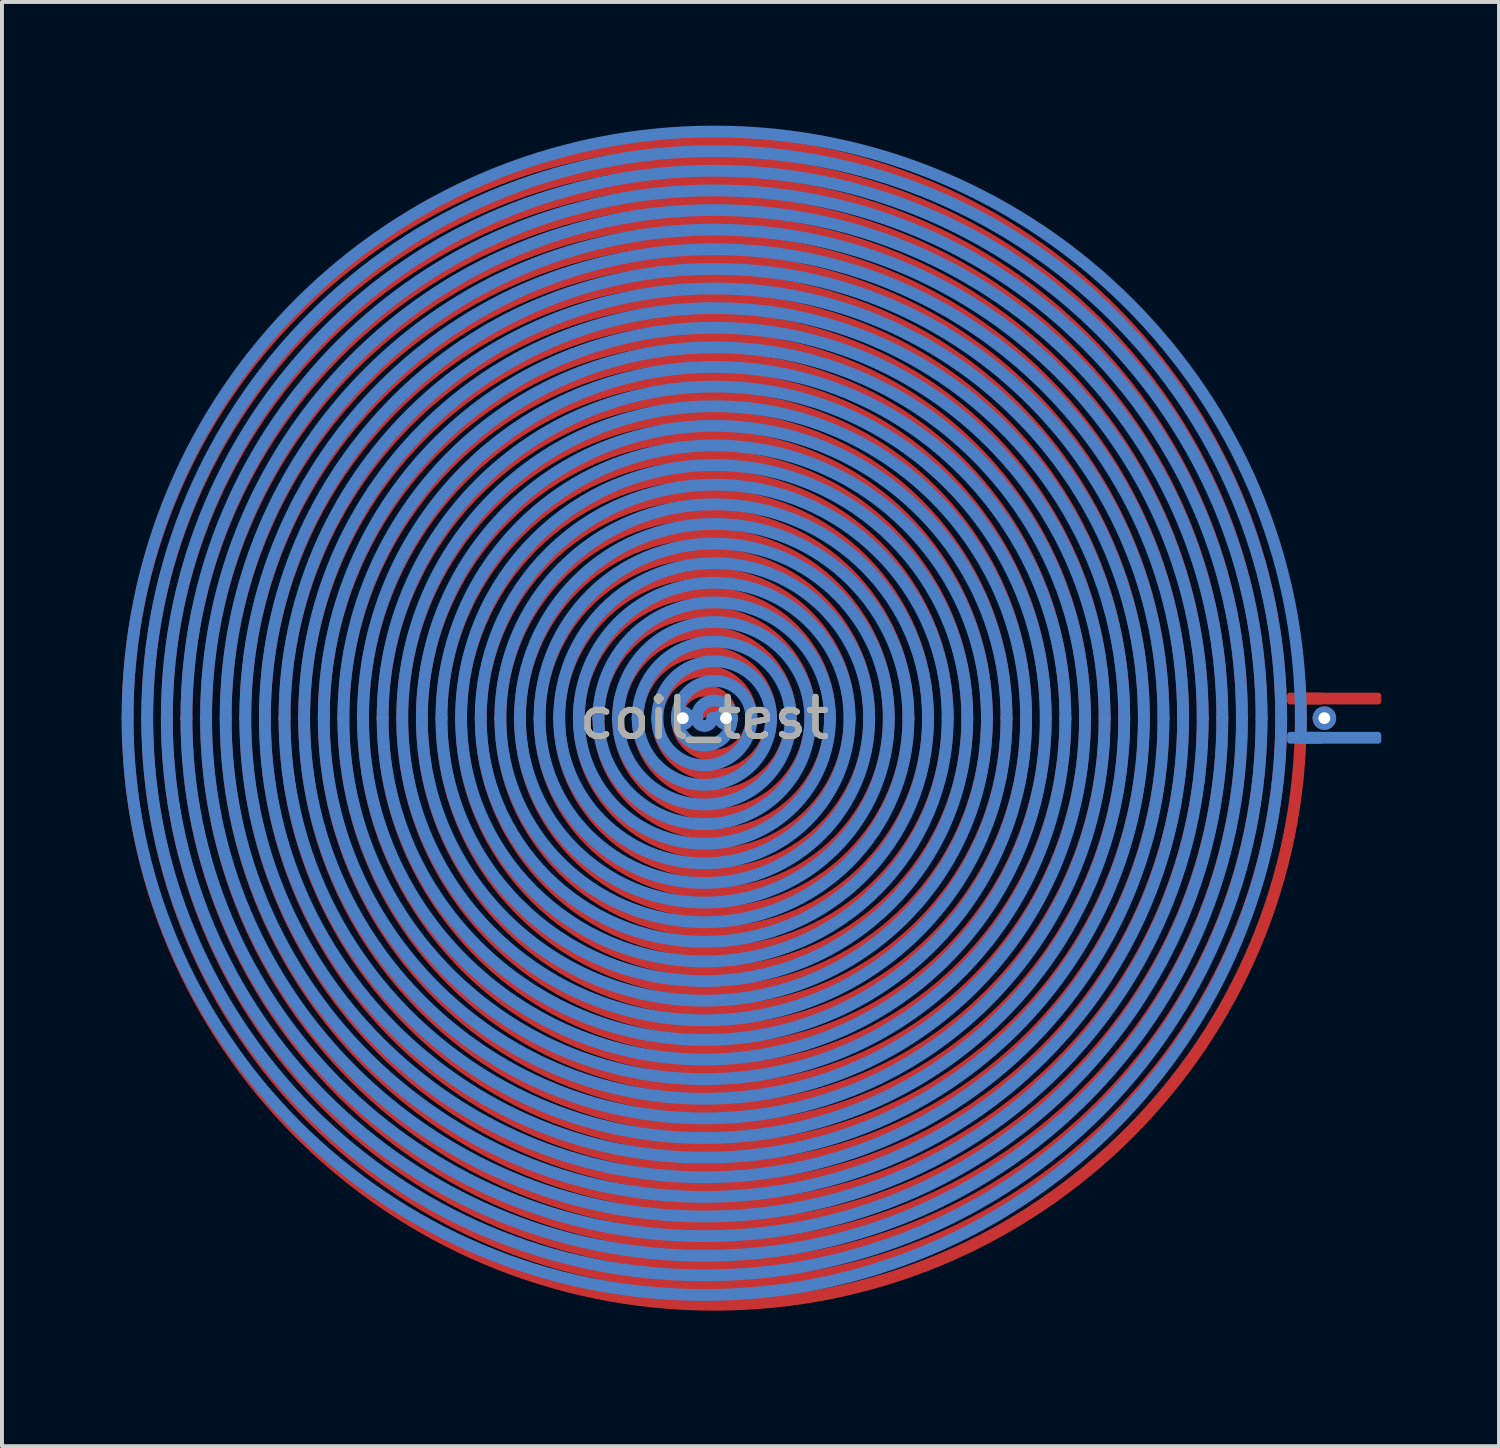
<source format=kicad_pcb>
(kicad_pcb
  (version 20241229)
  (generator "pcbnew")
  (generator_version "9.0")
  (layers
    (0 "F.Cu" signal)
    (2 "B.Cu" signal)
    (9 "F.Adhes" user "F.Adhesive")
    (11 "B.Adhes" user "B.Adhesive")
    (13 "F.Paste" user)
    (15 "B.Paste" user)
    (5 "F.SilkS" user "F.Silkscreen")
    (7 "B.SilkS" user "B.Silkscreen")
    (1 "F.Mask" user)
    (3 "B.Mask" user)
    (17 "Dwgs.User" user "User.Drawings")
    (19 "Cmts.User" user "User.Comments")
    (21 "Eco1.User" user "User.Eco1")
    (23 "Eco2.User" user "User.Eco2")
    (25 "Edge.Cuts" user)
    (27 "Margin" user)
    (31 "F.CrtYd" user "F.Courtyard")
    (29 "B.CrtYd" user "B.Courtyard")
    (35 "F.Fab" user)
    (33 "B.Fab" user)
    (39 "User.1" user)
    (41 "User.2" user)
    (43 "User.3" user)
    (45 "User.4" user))
  (footprint "coil_test"
    (layer "F.Cu")
    (at 14.901 15.252)
    (property "Reference" "coil_test" (at 0 0 0) (unlocked yes) (layer "F.SilkS") (effects (font (size 1 1) (thickness 0.15))))
    (attr smd)
    (fp_line (start 15.2 -0.5) (end 15.7 -0.5) (stroke (width 0.3) (type solid)) (layer "F.Cu"))
    (fp_line (start 15.2 0) (end 15.2 -0.5) (stroke (width 0.3) (type solid)) (layer "F.Cu"))
    (fp_arc (start -14.7 0) (mid 0 -14.7) (end 14.7 0) (stroke (width 0.3) (type solid)) (layer "F.Cu"))
    (fp_arc (start -14.2 0) (mid 0 -14.2) (end 14.2 0) (stroke (width 0.3) (type solid)) (layer "F.Cu"))
    (fp_arc (start -13.7 0) (mid 0 -13.7) (end 13.7 0) (stroke (width 0.3) (type solid)) (layer "F.Cu"))
    (fp_arc (start -13.2 0) (mid 0 -13.2) (end 13.2 0) (stroke (width 0.3) (type solid)) (layer "F.Cu"))
    (fp_arc (start -12.7 0) (mid 0 -12.7) (end 12.7 0) (stroke (width 0.3) (type solid)) (layer "F.Cu"))
    (fp_arc (start -12.2 0) (mid 0 -12.2) (end 12.2 0) (stroke (width 0.3) (type solid)) (layer "F.Cu"))
    (fp_arc (start -11.7 0) (mid 0 -11.7) (end 11.7 0) (stroke (width 0.3) (type solid)) (layer "F.Cu"))
    (fp_arc (start -11.2 0) (mid 0 -11.2) (end 11.2 0) (stroke (width 0.3) (type solid)) (layer "F.Cu"))
    (fp_arc (start -10.7 0) (mid 0 -10.7) (end 10.7 0) (stroke (width 0.3) (type solid)) (layer "F.Cu"))
    (fp_arc (start -10.2 0) (mid 0 -10.2) (end 10.2 0) (stroke (width 0.3) (type solid)) (layer "F.Cu"))
    (fp_arc (start -9.7 0) (mid 0 -9.7) (end 9.7 0) (stroke (width 0.3) (type solid)) (layer "F.Cu"))
    (fp_arc (start -9.2 0) (mid 0 -9.2) (end 9.2 0) (stroke (width 0.3) (type solid)) (layer "F.Cu"))
    (fp_arc (start -8.7 0) (mid 0 -8.7) (end 8.7 0) (stroke (width 0.3) (type solid)) (layer "F.Cu"))
    (fp_arc (start -8.2 0) (mid 0 -8.2) (end 8.2 0) (stroke (width 0.3) (type solid)) (layer "F.Cu"))
    (fp_arc (start -7.7 0) (mid 0 -7.7) (end 7.7 0) (stroke (width 0.3) (type solid)) (layer "F.Cu"))
    (fp_arc (start -7.2 0) (mid 0 -7.2) (end 7.2 0) (stroke (width 0.3) (type solid)) (layer "F.Cu"))
    (fp_arc (start -6.7 0) (mid 0 -6.7) (end 6.7 0) (stroke (width 0.3) (type solid)) (layer "F.Cu"))
    (fp_arc (start -6.2 0) (mid 0 -6.2) (end 6.2 0) (stroke (width 0.3) (type solid)) (layer "F.Cu"))
    (fp_arc (start -5.7 0) (mid 0 -5.7) (end 5.7 0) (stroke (width 0.3) (type solid)) (layer "F.Cu"))
    (fp_arc (start -5.2 0) (mid 0 -5.2) (end 5.2 0) (stroke (width 0.3) (type solid)) (layer "F.Cu"))
    (fp_arc (start -4.7 0) (mid 0 -4.7) (end 4.7 0) (stroke (width 0.3) (type solid)) (layer "F.Cu"))
    (fp_arc (start -4.2 0) (mid 0 -4.2) (end 4.2 0) (stroke (width 0.3) (type solid)) (layer "F.Cu"))
    (fp_arc (start -3.7 0) (mid 0 -3.7) (end 3.7 0) (stroke (width 0.3) (type solid)) (layer "F.Cu"))
    (fp_arc (start -3.2 0) (mid 0 -3.2) (end 3.2 0) (stroke (width 0.3) (type solid)) (layer "F.Cu"))
    (fp_arc (start -2.7 0) (mid 0 -2.7) (end 2.7 0) (stroke (width 0.3) (type solid)) (layer "F.Cu"))
    (fp_arc (start -2.2 0) (mid 0 -2.2) (end 2.2 0) (stroke (width 0.3) (type solid)) (layer "F.Cu"))
    (fp_arc (start -1.7 0) (mid 0 -1.7) (end 1.7 0) (stroke (width 0.3) (type solid)) (layer "F.Cu"))
    (fp_arc (start -1.2 0) (mid 0 -1.2) (end 1.2 0) (stroke (width 0.3) (type solid)) (layer "F.Cu"))
    (fp_arc (start -0.7 0) (mid 0 -0.7) (end 0.7 0) (stroke (width 0.3) (type solid)) (layer "F.Cu"))
    (fp_arc (start -0.4 0) (mid -0.3 -0.010977) (end -0.2 0) (stroke (width 0.3) (type solid)) (layer "F.Cu"))
    (fp_arc (start -0.2 0) (mid 0.25 -0.251051) (end 0.7 0) (stroke (width 0.3) (type solid)) (layer "F.Cu"))
    (fp_arc (start 1.2 0) (mid 0.25 0.95) (end -0.7 0) (stroke (width 0.3) (type solid)) (layer "F.Cu"))
    (fp_arc (start 1.7 0) (mid 0.25 1.45) (end -1.2 0) (stroke (width 0.3) (type solid)) (layer "F.Cu"))
    (fp_arc (start 2.2 0) (mid 0.25 1.95) (end -1.7 0) (stroke (width 0.3) (type solid)) (layer "F.Cu"))
    (fp_arc (start 2.7 0) (mid 0.25 2.45) (end -2.2 0) (stroke (width 0.3) (type solid)) (layer "F.Cu"))
    (fp_arc (start 3.2 0) (mid 0.25 2.95) (end -2.7 0) (stroke (width 0.3) (type solid)) (layer "F.Cu"))
    (fp_arc (start 3.7 0) (mid 0.25 3.45) (end -3.2 0) (stroke (width 0.3) (type solid)) (layer "F.Cu"))
    (fp_arc (start 4.2 0) (mid 0.25 3.95) (end -3.7 0) (stroke (width 0.3) (type solid)) (layer "F.Cu"))
    (fp_arc (start 4.7 0) (mid 0.25 4.45) (end -4.2 0) (stroke (width 0.3) (type solid)) (layer "F.Cu"))
    (fp_arc (start 5.2 0) (mid 0.25 4.95) (end -4.7 0) (stroke (width 0.3) (type solid)) (layer "F.Cu"))
    (fp_arc (start 5.7 0) (mid 0.25 5.45) (end -5.2 0) (stroke (width 0.3) (type solid)) (layer "F.Cu"))
    (fp_arc (start 6.2 0) (mid 0.25 5.95) (end -5.7 0) (stroke (width 0.3) (type solid)) (layer "F.Cu"))
    (fp_arc (start 6.7 0) (mid 0.25 6.45) (end -6.2 0) (stroke (width 0.3) (type solid)) (layer "F.Cu"))
    (fp_arc (start 7.2 0) (mid 0.25 6.95) (end -6.7 0) (stroke (width 0.3) (type solid)) (layer "F.Cu"))
    (fp_arc (start 7.7 0) (mid 0.25 7.45) (end -7.2 0) (stroke (width 0.3) (type solid)) (layer "F.Cu"))
    (fp_arc (start 8.2 0) (mid 0.25 7.95) (end -7.7 0) (stroke (width 0.3) (type solid)) (layer "F.Cu"))
    (fp_arc (start 8.7 0) (mid 0.25 8.45) (end -8.2 0) (stroke (width 0.3) (type solid)) (layer "F.Cu"))
    (fp_arc (start 9.2 0) (mid 0.25 8.95) (end -8.7 0) (stroke (width 0.3) (type solid)) (layer "F.Cu"))
    (fp_arc (start 9.7 0) (mid 0.25 9.45) (end -9.2 0) (stroke (width 0.3) (type solid)) (layer "F.Cu"))
    (fp_arc (start 10.2 0) (mid 0.25 9.95) (end -9.7 0) (stroke (width 0.3) (type solid)) (layer "F.Cu"))
    (fp_arc (start 10.7 0) (mid 0.25 10.45) (end -10.2 0) (stroke (width 0.3) (type solid)) (layer "F.Cu"))
    (fp_arc (start 11.2 0) (mid 0.25 10.95) (end -10.7 0) (stroke (width 0.3) (type solid)) (layer "F.Cu"))
    (fp_arc (start 11.7 0) (mid 0.25 11.45) (end -11.2 0) (stroke (width 0.3) (type solid)) (layer "F.Cu"))
    (fp_arc (start 12.2 0) (mid 0.25 11.95) (end -11.7 0) (stroke (width 0.3) (type solid)) (layer "F.Cu"))
    (fp_arc (start 12.7 0) (mid 0.25 12.45) (end -12.2 0) (stroke (width 0.3) (type solid)) (layer "F.Cu"))
    (fp_arc (start 13.2 0) (mid 0.25 12.95) (end -12.7 0) (stroke (width 0.3) (type solid)) (layer "F.Cu"))
    (fp_arc (start 13.7 0) (mid 0.25 13.45) (end -13.2 0) (stroke (width 0.3) (type solid)) (layer "F.Cu"))
    (fp_arc (start 14.2 0) (mid 0.25 13.95) (end -13.7 0) (stroke (width 0.3) (type solid)) (layer "F.Cu"))
    (fp_arc (start 14.7 0) (mid 0.25 14.45) (end -14.2 0) (stroke (width 0.3) (type solid)) (layer "F.Cu"))
    (fp_arc (start 15.2 0) (mid 0.25 14.95) (end -14.7 0) (stroke (width 0.3) (type solid)) (layer "F.Cu"))
    (fp_line (start 15.2 0) (end 15.2 0.5) (stroke (width 0.3) (type solid)) (layer "B.Cu"))
    (fp_line (start 15.2 0.5) (end 15.7 0.5) (stroke (width 0.3) (type solid)) (layer "B.Cu"))
    (fp_arc (start -14.7 0) (mid 0.25 -14.95) (end 15.2 0) (stroke (width 0.3) (type solid)) (layer "B.Cu"))
    (fp_arc (start -14.2 0) (mid 0.25 -14.45) (end 14.7 0) (stroke (width 0.3) (type solid)) (layer "B.Cu"))
    (fp_arc (start -13.7 0) (mid 0.25 -13.95) (end 14.2 0) (stroke (width 0.3) (type solid)) (layer "B.Cu"))
    (fp_arc (start -13.2 0) (mid 0.25 -13.45) (end 13.7 0) (stroke (width 0.3) (type solid)) (layer "B.Cu"))
    (fp_arc (start -12.7 0) (mid 0.25 -12.95) (end 13.2 0) (stroke (width 0.3) (type solid)) (layer "B.Cu"))
    (fp_arc (start -12.2 0) (mid 0.25 -12.45) (end 12.7 0) (stroke (width 0.3) (type solid)) (layer "B.Cu"))
    (fp_arc (start -11.7 0) (mid 0.25 -11.95) (end 12.2 0) (stroke (width 0.3) (type solid)) (layer "B.Cu"))
    (fp_arc (start -11.2 0) (mid 0.25 -11.45) (end 11.7 0) (stroke (width 0.3) (type solid)) (layer "B.Cu"))
    (fp_arc (start -10.7 0) (mid 0.25 -10.95) (end 11.2 0) (stroke (width 0.3) (type solid)) (layer "B.Cu"))
    (fp_arc (start -10.2 0) (mid 0.25 -10.45) (end 10.7 0) (stroke (width 0.3) (type solid)) (layer "B.Cu"))
    (fp_arc (start -9.7 0) (mid 0.25 -9.95) (end 10.2 0) (stroke (width 0.3) (type solid)) (layer "B.Cu"))
    (fp_arc (start -9.2 0) (mid 0.25 -9.45) (end 9.7 0) (stroke (width 0.3) (type solid)) (layer "B.Cu"))
    (fp_arc (start -8.7 0) (mid 0.25 -8.95) (end 9.2 0) (stroke (width 0.3) (type solid)) (layer "B.Cu"))
    (fp_arc (start -8.2 0) (mid 0.25 -8.45) (end 8.7 0) (stroke (width 0.3) (type solid)) (layer "B.Cu"))
    (fp_arc (start -7.7 0) (mid 0.25 -7.95) (end 8.2 0) (stroke (width 0.3) (type solid)) (layer "B.Cu"))
    (fp_arc (start -7.2 0) (mid 0.25 -7.45) (end 7.7 0) (stroke (width 0.3) (type solid)) (layer "B.Cu"))
    (fp_arc (start -6.7 0) (mid 0.25 -6.95) (end 7.2 0) (stroke (width 0.3) (type solid)) (layer "B.Cu"))
    (fp_arc (start -6.2 0) (mid 0.25 -6.45) (end 6.7 0) (stroke (width 0.3) (type solid)) (layer "B.Cu"))
    (fp_arc (start -5.7 0) (mid 0.25 -5.95) (end 6.2 0) (stroke (width 0.3) (type solid)) (layer "B.Cu"))
    (fp_arc (start -5.2 0) (mid 0.25 -5.45) (end 5.7 0) (stroke (width 0.3) (type solid)) (layer "B.Cu"))
    (fp_arc (start -4.7 0) (mid 0.25 -4.95) (end 5.2 0) (stroke (width 0.3) (type solid)) (layer "B.Cu"))
    (fp_arc (start -4.2 0) (mid 0.25 -4.45) (end 4.7 0) (stroke (width 0.3) (type solid)) (layer "B.Cu"))
    (fp_arc (start -3.7 0) (mid 0.25 -3.95) (end 4.2 0) (stroke (width 0.3) (type solid)) (layer "B.Cu"))
    (fp_arc (start -3.2 0) (mid 0.25 -3.45) (end 3.7 0) (stroke (width 0.3) (type solid)) (layer "B.Cu"))
    (fp_arc (start -2.7 0) (mid 0.25 -2.95) (end 3.2 0) (stroke (width 0.3) (type solid)) (layer "B.Cu"))
    (fp_arc (start -2.2 0) (mid 0.25 -2.45) (end 2.7 0) (stroke (width 0.3) (type solid)) (layer "B.Cu"))
    (fp_arc (start -1.7 0) (mid 0.25 -1.95) (end 2.2 0) (stroke (width 0.3) (type solid)) (layer "B.Cu"))
    (fp_arc (start -1.2 0) (mid 0.25 -1.45) (end 1.7 0) (stroke (width 0.3) (type solid)) (layer "B.Cu"))
    (fp_arc (start -0.7 0) (mid 0.25 -0.95) (end 1.2 0) (stroke (width 0.3) (type solid)) (layer "B.Cu"))
    (fp_arc (start -0.2 0) (mid 0.25 -0.45) (end 0.7 0) (stroke (width 0.3) (type solid)) (layer "B.Cu"))
    (fp_arc (start 0.2 0) (mid 0 0.2) (end -0.2 0) (stroke (width 0.3) (type solid)) (layer "B.Cu"))
    (fp_arc (start 0.2 0) (mid 0.3 -0.010977) (end 0.4 0) (stroke (width 0.3) (type solid)) (layer "B.Cu"))
    (fp_arc (start 0.7 0) (mid 0 0.7) (end -0.7 0) (stroke (width 0.3) (type solid)) (layer "B.Cu"))
    (fp_arc (start 1.2 0) (mid 0 1.2) (end -1.2 0) (stroke (width 0.3) (type solid)) (layer "B.Cu"))
    (fp_arc (start 1.7 0) (mid 0 1.7) (end -1.7 0) (stroke (width 0.3) (type solid)) (layer "B.Cu"))
    (fp_arc (start 2.2 0) (mid 0 2.2) (end -2.2 0) (stroke (width 0.3) (type solid)) (layer "B.Cu"))
    (fp_arc (start 2.7 0) (mid 0 2.7) (end -2.7 0) (stroke (width 0.3) (type solid)) (layer "B.Cu"))
    (fp_arc (start 3.2 0) (mid 0 3.2) (end -3.2 0) (stroke (width 0.3) (type solid)) (layer "B.Cu"))
    (fp_arc (start 3.7 0) (mid 0 3.7) (end -3.7 0) (stroke (width 0.3) (type solid)) (layer "B.Cu"))
    (fp_arc (start 4.2 0) (mid 0 4.2) (end -4.2 0) (stroke (width 0.3) (type solid)) (layer "B.Cu"))
    (fp_arc (start 4.7 0) (mid 0 4.7) (end -4.7 0) (stroke (width 0.3) (type solid)) (layer "B.Cu"))
    (fp_arc (start 5.2 0) (mid 0 5.2) (end -5.2 0) (stroke (width 0.3) (type solid)) (layer "B.Cu"))
    (fp_arc (start 5.7 0) (mid 0 5.7) (end -5.7 0) (stroke (width 0.3) (type solid)) (layer "B.Cu"))
    (fp_arc (start 6.2 0) (mid 0 6.2) (end -6.2 0) (stroke (width 0.3) (type solid)) (layer "B.Cu"))
    (fp_arc (start 6.7 0) (mid 0 6.7) (end -6.7 0) (stroke (width 0.3) (type solid)) (layer "B.Cu"))
    (fp_arc (start 7.2 0) (mid 0 7.2) (end -7.2 0) (stroke (width 0.3) (type solid)) (layer "B.Cu"))
    (fp_arc (start 7.7 0) (mid 0 7.7) (end -7.7 0) (stroke (width 0.3) (type solid)) (layer "B.Cu"))
    (fp_arc (start 8.2 0) (mid 0 8.2) (end -8.2 0) (stroke (width 0.3) (type solid)) (layer "B.Cu"))
    (fp_arc (start 8.7 0) (mid 0 8.7) (end -8.7 0) (stroke (width 0.3) (type solid)) (layer "B.Cu"))
    (fp_arc (start 9.2 0) (mid 0 9.2) (end -9.2 0) (stroke (width 0.3) (type solid)) (layer "B.Cu"))
    (fp_arc (start 9.7 0) (mid 0 9.7) (end -9.7 0) (stroke (width 0.3) (type solid)) (layer "B.Cu"))
    (fp_arc (start 10.2 0) (mid 0 10.2) (end -10.2 0) (stroke (width 0.3) (type solid)) (layer "B.Cu"))
    (fp_arc (start 10.7 0) (mid 0 10.7) (end -10.7 0) (stroke (width 0.3) (type solid)) (layer "B.Cu"))
    (fp_arc (start 11.2 0) (mid 0 11.2) (end -11.2 0) (stroke (width 0.3) (type solid)) (layer "B.Cu"))
    (fp_arc (start 11.7 0) (mid 0 11.7) (end -11.7 0) (stroke (width 0.3) (type solid)) (layer "B.Cu"))
    (fp_arc (start 12.2 0) (mid 0 12.2) (end -12.2 0) (stroke (width 0.3) (type solid)) (layer "B.Cu"))
    (fp_arc (start 12.7 0) (mid 0 12.7) (end -12.7 0) (stroke (width 0.3) (type solid)) (layer "B.Cu"))
    (fp_arc (start 13.2 0) (mid 0 13.2) (end -13.2 0) (stroke (width 0.3) (type solid)) (layer "B.Cu"))
    (fp_arc (start 13.7 0) (mid 0 13.7) (end -13.7 0) (stroke (width 0.3) (type solid)) (layer "B.Cu"))
    (fp_arc (start 14.2 0) (mid 0 14.2) (end -14.2 0) (stroke (width 0.3) (type solid)) (layer "B.Cu"))
    (fp_arc (start 14.7 0) (mid 0 14.7) (end -14.7 0) (stroke (width 0.3) (type solid)) (layer "B.Cu"))
    (fp_arc (start -14.75 0) (mid 0.8 -15.1) (end 15.8 0) (stroke (width 0.3) (type solid)) (layer "In1.Cu"))
    (fp_arc (start -14.2 0) (mid 0.25 -14.45) (end 14.7 0) (stroke (width 0.3) (type solid)) (layer "In1.Cu"))
    (fp_arc (start -13.7 0) (mid 0.25 -13.95) (end 14.2 0) (stroke (width 0.3) (type solid)) (layer "In1.Cu"))
    (fp_arc (start -13.2 0) (mid 0.25 -13.45) (end 13.7 0) (stroke (width 0.3) (type solid)) (layer "In1.Cu"))
    (fp_arc (start -12.7 0) (mid 0.25 -12.95) (end 13.2 0) (stroke (width 0.3) (type solid)) (layer "In1.Cu"))
    (fp_arc (start -12.2 0) (mid 0.25 -12.45) (end 12.7 0) (stroke (width 0.3) (type solid)) (layer "In1.Cu"))
    (fp_arc (start -11.7 0) (mid 0.25 -11.95) (end 12.2 0) (stroke (width 0.3) (type solid)) (layer "In1.Cu"))
    (fp_arc (start -11.2 0) (mid 0.25 -11.45) (end 11.7 0) (stroke (width 0.3) (type solid)) (layer "In1.Cu"))
    (fp_arc (start -10.7 0) (mid 0.25 -10.95) (end 11.2 0) (stroke (width 0.3) (type solid)) (layer "In1.Cu"))
    (fp_arc (start -10.2 0) (mid 0.25 -10.45) (end 10.7 0) (stroke (width 0.3) (type solid)) (layer "In1.Cu"))
    (fp_arc (start -9.7 0) (mid 0.25 -9.95) (end 10.2 0) (stroke (width 0.3) (type solid)) (layer "In1.Cu"))
    (fp_arc (start -9.2 0) (mid 0.25 -9.45) (end 9.7 0) (stroke (width 0.3) (type solid)) (layer "In1.Cu"))
    (fp_arc (start -8.7 0) (mid 0.25 -8.95) (end 9.2 0) (stroke (width 0.3) (type solid)) (layer "In1.Cu"))
    (fp_arc (start -8.2 0) (mid 0.25 -8.45) (end 8.7 0) (stroke (width 0.3) (type solid)) (layer "In1.Cu"))
    (fp_arc (start -7.7 0) (mid 0.25 -7.95) (end 8.2 0) (stroke (width 0.3) (type solid)) (layer "In1.Cu"))
    (fp_arc (start -7.2 0) (mid 0.25 -7.45) (end 7.7 0) (stroke (width 0.3) (type solid)) (layer "In1.Cu"))
    (fp_arc (start -6.7 0) (mid 0.25 -6.95) (end 7.2 0) (stroke (width 0.3) (type solid)) (layer "In1.Cu"))
    (fp_arc (start -6.2 0) (mid 0.25 -6.45) (end 6.7 0) (stroke (width 0.3) (type solid)) (layer "In1.Cu"))
    (fp_arc (start -5.7 0) (mid 0.25 -5.95) (end 6.2 0) (stroke (width 0.3) (type solid)) (layer "In1.Cu"))
    (fp_arc (start -5.2 0) (mid 0.25 -5.45) (end 5.7 0) (stroke (width 0.3) (type solid)) (layer "In1.Cu"))
    (fp_arc (start -4.7 0) (mid 0.25 -4.95) (end 5.2 0) (stroke (width 0.3) (type solid)) (layer "In1.Cu"))
    (fp_arc (start -4.2 0) (mid 0.25 -4.45) (end 4.7 0) (stroke (width 0.3) (type solid)) (layer "In1.Cu"))
    (fp_arc (start -3.7 0) (mid 0.25 -3.95) (end 4.2 0) (stroke (width 0.3) (type solid)) (layer "In1.Cu"))
    (fp_arc (start -3.2 0) (mid 0.25 -3.45) (end 3.7 0) (stroke (width 0.3) (type solid)) (layer "In1.Cu"))
    (fp_arc (start -2.7 0) (mid 0.25 -2.95) (end 3.2 0) (stroke (width 0.3) (type solid)) (layer "In1.Cu"))
    (fp_arc (start -2.2 0) (mid 0.25 -2.45) (end 2.7 0) (stroke (width 0.3) (type solid)) (layer "In1.Cu"))
    (fp_arc (start -1.7 0) (mid 0.25 -1.95) (end 2.2 0) (stroke (width 0.3) (type solid)) (layer "In1.Cu"))
    (fp_arc (start -1.2 0) (mid 0.25 -1.45) (end 1.7 0) (stroke (width 0.3) (type solid)) (layer "In1.Cu"))
    (fp_arc (start -0.7 0) (mid 0.25 -0.95) (end 1.2 0) (stroke (width 0.3) (type solid)) (layer "In1.Cu"))
    (fp_arc (start -0.2 0) (mid -0.3 0.010977) (end -0.4 0) (stroke (width 0.3) (type solid)) (layer "In1.Cu"))
    (fp_arc (start 0.7 0) (mid 0 0.7) (end -0.7 0) (stroke (width 0.3) (type solid)) (layer "In1.Cu"))
    (fp_arc (start 0.7 0) (mid 0.25 0.251051) (end -0.2 0) (stroke (width 0.3) (type solid)) (layer "In1.Cu"))
    (fp_arc (start 1.2 0) (mid 0 1.2) (end -1.2 0) (stroke (width 0.3) (type solid)) (layer "In1.Cu"))
    (fp_arc (start 1.7 0) (mid 0 1.7) (end -1.7 0) (stroke (width 0.3) (type solid)) (layer "In1.Cu"))
    (fp_arc (start 2.2 0) (mid 0 2.2) (end -2.2 0) (stroke (width 0.3) (type solid)) (layer "In1.Cu"))
    (fp_arc (start 2.7 0) (mid 0 2.7) (end -2.7 0) (stroke (width 0.3) (type solid)) (layer "In1.Cu"))
    (fp_arc (start 3.2 0) (mid 0 3.2) (end -3.2 0) (stroke (width 0.3) (type solid)) (layer "In1.Cu"))
    (fp_arc (start 3.7 0) (mid 0 3.7) (end -3.7 0) (stroke (width 0.3) (type solid)) (layer "In1.Cu"))
    (fp_arc (start 4.2 0) (mid 0 4.2) (end -4.2 0) (stroke (width 0.3) (type solid)) (layer "In1.Cu"))
    (fp_arc (start 4.7 0) (mid 0 4.7) (end -4.7 0) (stroke (width 0.3) (type solid)) (layer "In1.Cu"))
    (fp_arc (start 5.2 0) (mid 0 5.2) (end -5.2 0) (stroke (width 0.3) (type solid)) (layer "In1.Cu"))
    (fp_arc (start 5.7 0) (mid 0 5.7) (end -5.7 0) (stroke (width 0.3) (type solid)) (layer "In1.Cu"))
    (fp_arc (start 6.2 0) (mid 0 6.2) (end -6.2 0) (stroke (width 0.3) (type solid)) (layer "In1.Cu"))
    (fp_arc (start 6.7 0) (mid 0 6.7) (end -6.7 0) (stroke (width 0.3) (type solid)) (layer "In1.Cu"))
    (fp_arc (start 7.2 0) (mid 0 7.2) (end -7.2 0) (stroke (width 0.3) (type solid)) (layer "In1.Cu"))
    (fp_arc (start 7.7 0) (mid 0 7.7) (end -7.7 0) (stroke (width 0.3) (type solid)) (layer "In1.Cu"))
    (fp_arc (start 8.2 0) (mid 0 8.2) (end -8.2 0) (stroke (width 0.3) (type solid)) (layer "In1.Cu"))
    (fp_arc (start 8.7 0) (mid 0 8.7) (end -8.7 0) (stroke (width 0.3) (type solid)) (layer "In1.Cu"))
    (fp_arc (start 9.2 0) (mid 0 9.2) (end -9.2 0) (stroke (width 0.3) (type solid)) (layer "In1.Cu"))
    (fp_arc (start 9.7 0) (mid 0 9.7) (end -9.7 0) (stroke (width 0.3) (type solid)) (layer "In1.Cu"))
    (fp_arc (start 10.2 0) (mid 0 10.2) (end -10.2 0) (stroke (width 0.3) (type solid)) (layer "In1.Cu"))
    (fp_arc (start 10.7 0) (mid 0 10.7) (end -10.7 0) (stroke (width 0.3) (type solid)) (layer "In1.Cu"))
    (fp_arc (start 11.2 0) (mid 0 11.2) (end -11.2 0) (stroke (width 0.3) (type solid)) (layer "In1.Cu"))
    (fp_arc (start 11.7 0) (mid 0 11.7) (end -11.7 0) (stroke (width 0.3) (type solid)) (layer "In1.Cu"))
    (fp_arc (start 12.2 0) (mid 0 12.2) (end -12.2 0) (stroke (width 0.3) (type solid)) (layer "In1.Cu"))
    (fp_arc (start 12.7 0) (mid 0 12.7) (end -12.7 0) (stroke (width 0.3) (type solid)) (layer "In1.Cu"))
    (fp_arc (start 13.2 0) (mid 0 13.2) (end -13.2 0) (stroke (width 0.3) (type solid)) (layer "In1.Cu"))
    (fp_arc (start 13.7 0) (mid 0 13.7) (end -13.7 0) (stroke (width 0.3) (type solid)) (layer "In1.Cu"))
    (fp_arc (start 14.2 0) (mid 0 14.2) (end -14.2 0) (stroke (width 0.3) (type solid)) (layer "In1.Cu"))
    (fp_arc (start 14.75 0) (mid 0.8 14.75) (end -14.75 0) (stroke (width 0.3) (type solid)) (layer "In1.Cu"))
    (fp_arc (start -14.75 0) (mid 0.8 -14.75) (end 14.75 0) (stroke (width 0.3) (type solid)) (layer "In2.Cu"))
    (fp_arc (start -14.2 0) (mid 0 -14.2) (end 14.2 0) (stroke (width 0.3) (type solid)) (layer "In2.Cu"))
    (fp_arc (start -13.7 0) (mid 0 -13.7) (end 13.7 0) (stroke (width 0.3) (type solid)) (layer "In2.Cu"))
    (fp_arc (start -13.2 0) (mid 0 -13.2) (end 13.2 0) (stroke (width 0.3) (type solid)) (layer "In2.Cu"))
    (fp_arc (start -12.7 0) (mid 0 -12.7) (end 12.7 0) (stroke (width 0.3) (type solid)) (layer "In2.Cu"))
    (fp_arc (start -12.2 0) (mid 0 -12.2) (end 12.2 0) (stroke (width 0.3) (type solid)) (layer "In2.Cu"))
    (fp_arc (start -11.7 0) (mid 0 -11.7) (end 11.7 0) (stroke (width 0.3) (type solid)) (layer "In2.Cu"))
    (fp_arc (start -11.2 0) (mid 0 -11.2) (end 11.2 0) (stroke (width 0.3) (type solid)) (layer "In2.Cu"))
    (fp_arc (start -10.7 0) (mid 0 -10.7) (end 10.7 0) (stroke (width 0.3) (type solid)) (layer "In2.Cu"))
    (fp_arc (start -10.2 0) (mid 0 -10.2) (end 10.2 0) (stroke (width 0.3) (type solid)) (layer "In2.Cu"))
    (fp_arc (start -9.7 0) (mid 0 -9.7) (end 9.7 0) (stroke (width 0.3) (type solid)) (layer "In2.Cu"))
    (fp_arc (start -9.2 0) (mid 0 -9.2) (end 9.2 0) (stroke (width 0.3) (type solid)) (layer "In2.Cu"))
    (fp_arc (start -8.7 0) (mid 0 -8.7) (end 8.7 0) (stroke (width 0.3) (type solid)) (layer "In2.Cu"))
    (fp_arc (start -8.2 0) (mid 0 -8.2) (end 8.2 0) (stroke (width 0.3) (type solid)) (layer "In2.Cu"))
    (fp_arc (start -7.7 0) (mid 0 -7.7) (end 7.7 0) (stroke (width 0.3) (type solid)) (layer "In2.Cu"))
    (fp_arc (start -7.2 0) (mid 0 -7.2) (end 7.2 0) (stroke (width 0.3) (type solid)) (layer "In2.Cu"))
    (fp_arc (start -6.7 0) (mid 0 -6.7) (end 6.7 0) (stroke (width 0.3) (type solid)) (layer "In2.Cu"))
    (fp_arc (start -6.2 0) (mid 0 -6.2) (end 6.2 0) (stroke (width 0.3) (type solid)) (layer "In2.Cu"))
    (fp_arc (start -5.7 0) (mid 0 -5.7) (end 5.7 0) (stroke (width 0.3) (type solid)) (layer "In2.Cu"))
    (fp_arc (start -5.2 0) (mid 0 -5.2) (end 5.2 0) (stroke (width 0.3) (type solid)) (layer "In2.Cu"))
    (fp_arc (start -4.7 0) (mid 0 -4.7) (end 4.7 0) (stroke (width 0.3) (type solid)) (layer "In2.Cu"))
    (fp_arc (start -4.2 0) (mid 0 -4.2) (end 4.2 0) (stroke (width 0.3) (type solid)) (layer "In2.Cu"))
    (fp_arc (start -3.7 0) (mid 0 -3.7) (end 3.7 0) (stroke (width 0.3) (type solid)) (layer "In2.Cu"))
    (fp_arc (start -3.2 0) (mid 0 -3.2) (end 3.2 0) (stroke (width 0.3) (type solid)) (layer "In2.Cu"))
    (fp_arc (start -2.7 0) (mid 0 -2.7) (end 2.7 0) (stroke (width 0.3) (type solid)) (layer "In2.Cu"))
    (fp_arc (start -2.2 0) (mid 0 -2.2) (end 2.2 0) (stroke (width 0.3) (type solid)) (layer "In2.Cu"))
    (fp_arc (start -1.7 0) (mid 0 -1.7) (end 1.7 0) (stroke (width 0.3) (type solid)) (layer "In2.Cu"))
    (fp_arc (start -1.2 0) (mid 0 -1.2) (end 1.2 0) (stroke (width 0.3) (type solid)) (layer "In2.Cu"))
    (fp_arc (start -0.7 0) (mid 0 -0.7) (end 0.7 0) (stroke (width 0.3) (type solid)) (layer "In2.Cu"))
    (fp_arc (start -0.2 0) (mid 0 -0.2) (end 0.2 0) (stroke (width 0.3) (type solid)) (layer "In2.Cu"))
    (fp_arc (start 0.4 0) (mid 0.3 0.010977) (end 0.2 0) (stroke (width 0.3) (type solid)) (layer "In2.Cu"))
    (fp_arc (start 0.7 0) (mid 0.25 0.45) (end -0.2 0) (stroke (width 0.3) (type solid)) (layer "In2.Cu"))
    (fp_arc (start 1.2 0) (mid 0.25 0.95) (end -0.7 0) (stroke (width 0.3) (type solid)) (layer "In2.Cu"))
    (fp_arc (start 1.7 0) (mid 0.25 1.45) (end -1.2 0) (stroke (width 0.3) (type solid)) (layer "In2.Cu"))
    (fp_arc (start 2.2 0) (mid 0.25 1.95) (end -1.7 0) (stroke (width 0.3) (type solid)) (layer "In2.Cu"))
    (fp_arc (start 2.7 0) (mid 0.25 2.45) (end -2.2 0) (stroke (width 0.3) (type solid)) (layer "In2.Cu"))
    (fp_arc (start 3.2 0) (mid 0.25 2.95) (end -2.7 0) (stroke (width 0.3) (type solid)) (layer "In2.Cu"))
    (fp_arc (start 3.7 0) (mid 0.25 3.45) (end -3.2 0) (stroke (width 0.3) (type solid)) (layer "In2.Cu"))
    (fp_arc (start 4.2 0) (mid 0.25 3.95) (end -3.7 0) (stroke (width 0.3) (type solid)) (layer "In2.Cu"))
    (fp_arc (start 4.7 0) (mid 0.25 4.45) (end -4.2 0) (stroke (width 0.3) (type solid)) (layer "In2.Cu"))
    (fp_arc (start 5.2 0) (mid 0.25 4.95) (end -4.7 0) (stroke (width 0.3) (type solid)) (layer "In2.Cu"))
    (fp_arc (start 5.7 0) (mid 0.25 5.45) (end -5.2 0) (stroke (width 0.3) (type solid)) (layer "In2.Cu"))
    (fp_arc (start 6.2 0) (mid 0.25 5.95) (end -5.7 0) (stroke (width 0.3) (type solid)) (layer "In2.Cu"))
    (fp_arc (start 6.7 0) (mid 0.25 6.45) (end -6.2 0) (stroke (width 0.3) (type solid)) (layer "In2.Cu"))
    (fp_arc (start 7.2 0) (mid 0.25 6.95) (end -6.7 0) (stroke (width 0.3) (type solid)) (layer "In2.Cu"))
    (fp_arc (start 7.7 0) (mid 0.25 7.45) (end -7.2 0) (stroke (width 0.3) (type solid)) (layer "In2.Cu"))
    (fp_arc (start 8.2 0) (mid 0.25 7.95) (end -7.7 0) (stroke (width 0.3) (type solid)) (layer "In2.Cu"))
    (fp_arc (start 8.7 0) (mid 0.25 8.45) (end -8.2 0) (stroke (width 0.3) (type solid)) (layer "In2.Cu"))
    (fp_arc (start 9.2 0) (mid 0.25 8.95) (end -8.7 0) (stroke (width 0.3) (type solid)) (layer "In2.Cu"))
    (fp_arc (start 9.7 0) (mid 0.25 9.45) (end -9.2 0) (stroke (width 0.3) (type solid)) (layer "In2.Cu"))
    (fp_arc (start 10.2 0) (mid 0.25 9.95) (end -9.7 0) (stroke (width 0.3) (type solid)) (layer "In2.Cu"))
    (fp_arc (start 10.7 0) (mid 0.25 10.45) (end -10.2 0) (stroke (width 0.3) (type solid)) (layer "In2.Cu"))
    (fp_arc (start 11.2 0) (mid 0.25 10.95) (end -10.7 0) (stroke (width 0.3) (type solid)) (layer "In2.Cu"))
    (fp_arc (start 11.7 0) (mid 0.25 11.45) (end -11.2 0) (stroke (width 0.3) (type solid)) (layer "In2.Cu"))
    (fp_arc (start 12.2 0) (mid 0.25 11.95) (end -11.7 0) (stroke (width 0.3) (type solid)) (layer "In2.Cu"))
    (fp_arc (start 12.7 0) (mid 0.25 12.45) (end -12.2 0) (stroke (width 0.3) (type solid)) (layer "In2.Cu"))
    (fp_arc (start 13.2 0) (mid 0.25 12.95) (end -12.7 0) (stroke (width 0.3) (type solid)) (layer "In2.Cu"))
    (fp_arc (start 13.7 0) (mid 0.25 13.45) (end -13.2 0) (stroke (width 0.3) (type solid)) (layer "In2.Cu"))
    (fp_arc (start 14.2 0) (mid 0.25 13.95) (end -13.7 0) (stroke (width 0.3) (type solid)) (layer "In2.Cu"))
    (fp_arc (start 14.7 0) (mid 0.25 14.45) (end -14.2 0) (stroke (width 0.3) (type solid)) (layer "In2.Cu"))
    (fp_arc (start 15.8 0) (mid 0.8 15.4) (end -14.75 0) (stroke (width 0.3) (type solid)) (layer "In2.Cu"))
    (fp_text user "${REFERENCE}" (at 0 0 0) (unlocked yes) (layer "F.Fab") (effects (font (size 1 1) (thickness 0.15))))
    (pad "" thru_hole circle (at -0.55 0) (size 0.6 0.6) (drill 0.3) (layers "*.Cu" "*.Mask"))
    (pad "" thru_hole circle (at 0.55 0) (size 0.6 0.6) (drill 0.3) (layers "*.Cu" "*.Mask"))
    (pad "" thru_hole circle (at 15.8 0) (size 0.6 0.6) (drill 0.3) (layers "*.Cu" "*.Mask"))
    (pad "1" smd roundrect (at 16.05 -0.5) (size 2.4 0.3) (layers "F.Cu") (roundrect_rratio 0.25))
    (pad "2" smd roundrect (at 16.05 0.5) (size 2.4 0.3) (layers "B.Cu") (roundrect_rratio 0.25)))
  (gr_rect
    (start -3 -3)
    (end 35.151 33.805)
    (stroke (width 0.1) (type default))
    (fill no)
    (layer "Edge.Cuts")))
</source>
